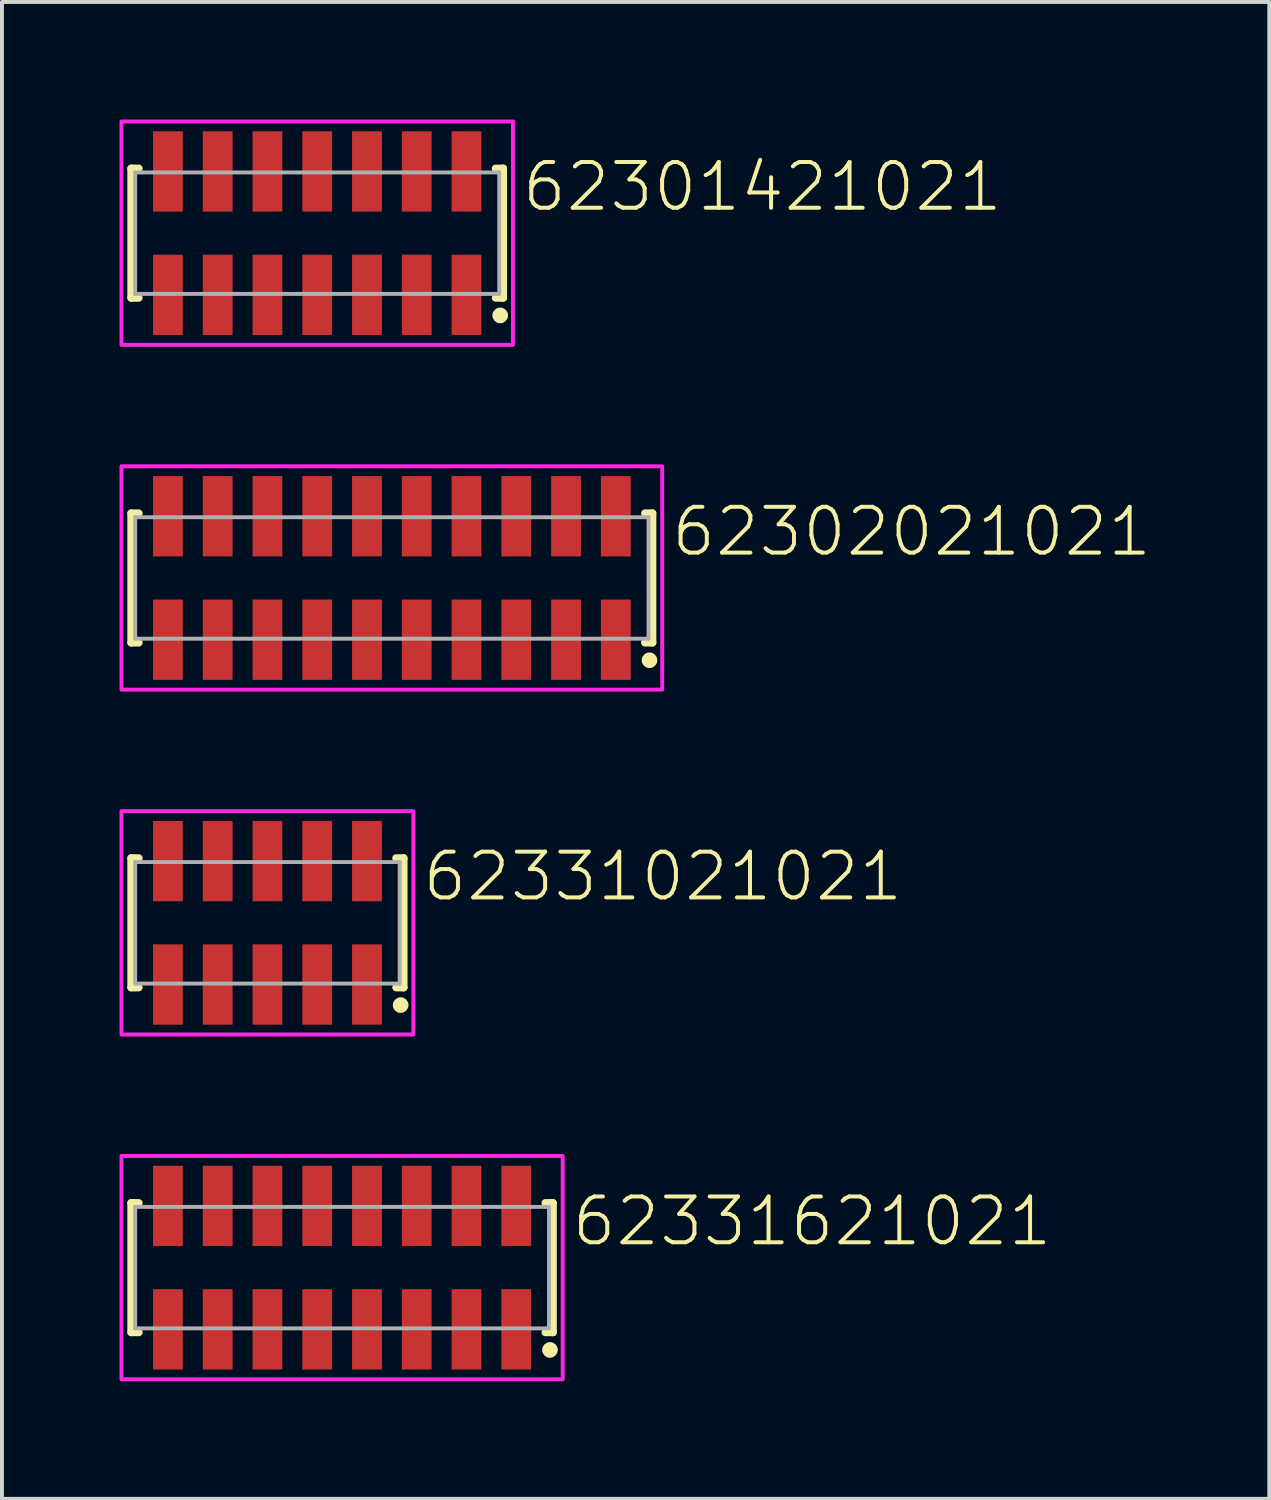
<source format=kicad_pcb>
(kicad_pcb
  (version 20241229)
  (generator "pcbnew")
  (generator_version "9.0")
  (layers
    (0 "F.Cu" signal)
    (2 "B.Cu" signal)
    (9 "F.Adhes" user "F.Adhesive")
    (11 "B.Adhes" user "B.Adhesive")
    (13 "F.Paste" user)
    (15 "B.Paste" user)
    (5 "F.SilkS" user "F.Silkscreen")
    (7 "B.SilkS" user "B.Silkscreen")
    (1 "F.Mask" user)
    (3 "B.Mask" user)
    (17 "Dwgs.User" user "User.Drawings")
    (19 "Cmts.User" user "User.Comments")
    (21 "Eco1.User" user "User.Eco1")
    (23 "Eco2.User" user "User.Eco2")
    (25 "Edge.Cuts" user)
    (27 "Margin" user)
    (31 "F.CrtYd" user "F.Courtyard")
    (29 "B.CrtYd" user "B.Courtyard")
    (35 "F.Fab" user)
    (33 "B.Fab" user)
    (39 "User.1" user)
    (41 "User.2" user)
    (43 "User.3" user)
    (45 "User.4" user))
  (footprint "62331021021"
    (layer "F.Cu")
    (at 3.775 20.5)
    (property "Reference" "62331021021" (at 3.905 -0.5 0) (unlocked yes) (layer "F.SilkS") (effects (font (size 1.168 1.168) (thickness 0.102)) (justify left bottom)))
    (fp_line (start -3.475 -1.65) (end -3.475 1.65) (stroke (width 0.2) (type solid)) (layer "F.SilkS"))
    (fp_line (start -3.475 1.65) (end -3.285 1.65) (stroke (width 0.2) (type solid)) (layer "F.SilkS"))
    (fp_line (start -3.285 -1.65) (end -3.475 -1.65) (stroke (width 0.2) (type solid)) (layer "F.SilkS"))
    (fp_line (start 3.285 -1.65) (end 3.475 -1.65) (stroke (width 0.2) (type solid)) (layer "F.SilkS"))
    (fp_line (start 3.475 -1.65) (end 3.475 1.65) (stroke (width 0.2) (type solid)) (layer "F.SilkS"))
    (fp_line (start 3.475 1.65) (end 3.285 1.65) (stroke (width 0.2) (type solid)) (layer "F.SilkS"))
    (fp_circle (center 3.4 2.1) (end 3.5 2.1) (stroke (width 0.2) (type solid)) (fill no) (layer "F.SilkS"))
    (fp_poly (pts (xy 3.725 2.85) (xy -3.725 2.85) (xy -3.725 -2.85) (xy 3.725 -2.85)) (stroke (width 0.1) (type default)) (fill no) (layer "F.CrtYd"))
    (fp_line (start -3.375 -1.55) (end -3.375 1.55) (stroke (width 0.1) (type solid)) (layer "F.Fab"))
    (fp_line (start -3.375 1.55) (end 3.375 1.55) (stroke (width 0.1) (type solid)) (layer "F.Fab"))
    (fp_line (start 3.375 -1.55) (end -3.375 -1.55) (stroke (width 0.1) (type solid)) (layer "F.Fab"))
    (fp_line (start 3.375 1.55) (end 3.375 -1.55) (stroke (width 0.1) (type solid)) (layer "F.Fab"))
    (pad "1" smd rect (at 2.54 1.575 180) (size 0.76 2.05) (layers "F.Cu" "F.Mask" "F.Paste"))
    (pad "2" smd rect (at 2.54 -1.575 180) (size 0.76 2.05) (layers "F.Cu" "F.Mask" "F.Paste"))
    (pad "3" smd rect (at 1.27 1.575 180) (size 0.76 2.05) (layers "F.Cu" "F.Mask" "F.Paste"))
    (pad "4" smd rect (at 1.27 -1.575 180) (size 0.76 2.05) (layers "F.Cu" "F.Mask" "F.Paste"))
    (pad "5" smd rect (at 0 1.575 180) (size 0.76 2.05) (layers "F.Cu" "F.Mask" "F.Paste"))
    (pad "6" smd rect (at 0 -1.575 180) (size 0.76 2.05) (layers "F.Cu" "F.Mask" "F.Paste"))
    (pad "7" smd rect (at -1.27 1.575 180) (size 0.76 2.05) (layers "F.Cu" "F.Mask" "F.Paste"))
    (pad "8" smd rect (at -1.27 -1.575 180) (size 0.76 2.05) (layers "F.Cu" "F.Mask" "F.Paste"))
    (pad "9" smd rect (at -2.54 1.575 180) (size 0.76 2.05) (layers "F.Cu" "F.Mask" "F.Paste"))
    (pad "10" smd rect (at -2.54 -1.575 180) (size 0.76 2.05) (layers "F.Cu" "F.Mask" "F.Paste")))
  (footprint "62302021021"
    (layer "F.Cu")
    (at 6.95 11.7)
    (property "Reference" "62302021021" (at 7.08 -0.5 0) (unlocked yes) (layer "F.SilkS") (effects (font (size 1.168 1.168) (thickness 0.102)) (justify left bottom)))
    (fp_line (start -6.65 -1.65) (end -6.65 1.65) (stroke (width 0.2) (type solid)) (layer "F.SilkS"))
    (fp_line (start -6.65 1.65) (end -6.46 1.65) (stroke (width 0.2) (type solid)) (layer "F.SilkS"))
    (fp_line (start -6.46 -1.65) (end -6.65 -1.65) (stroke (width 0.2) (type solid)) (layer "F.SilkS"))
    (fp_line (start 6.46 -1.65) (end 6.65 -1.65) (stroke (width 0.2) (type solid)) (layer "F.SilkS"))
    (fp_line (start 6.65 -1.65) (end 6.65 1.65) (stroke (width 0.2) (type solid)) (layer "F.SilkS"))
    (fp_line (start 6.65 1.65) (end 6.46 1.65) (stroke (width 0.2) (type solid)) (layer "F.SilkS"))
    (fp_circle (center 6.575 2.1) (end 6.675 2.1) (stroke (width 0.2) (type solid)) (fill no) (layer "F.SilkS"))
    (fp_poly (pts (xy 6.9 2.85) (xy -6.9 2.85) (xy -6.9 -2.85) (xy 6.9 -2.85)) (stroke (width 0.1) (type default)) (fill no) (layer "F.CrtYd"))
    (fp_line (start -6.55 -1.55) (end -6.55 1.55) (stroke (width 0.1) (type solid)) (layer "F.Fab"))
    (fp_line (start -6.55 1.55) (end 6.55 1.55) (stroke (width 0.1) (type solid)) (layer "F.Fab"))
    (fp_line (start 6.55 -1.55) (end -6.55 -1.55) (stroke (width 0.1) (type solid)) (layer "F.Fab"))
    (fp_line (start 6.55 1.55) (end 6.55 -1.55) (stroke (width 0.1) (type solid)) (layer "F.Fab"))
    (pad "1" smd rect (at 5.715 1.575 180) (size 0.76 2.05) (layers "F.Cu" "F.Mask" "F.Paste"))
    (pad "2" smd rect (at 5.715 -1.575 180) (size 0.76 2.05) (layers "F.Cu" "F.Mask" "F.Paste"))
    (pad "3" smd rect (at 4.445 1.575 180) (size 0.76 2.05) (layers "F.Cu" "F.Mask" "F.Paste"))
    (pad "4" smd rect (at 4.445 -1.575 180) (size 0.76 2.05) (layers "F.Cu" "F.Mask" "F.Paste"))
    (pad "5" smd rect (at 3.175 1.575 180) (size 0.76 2.05) (layers "F.Cu" "F.Mask" "F.Paste"))
    (pad "6" smd rect (at 3.175 -1.575 180) (size 0.76 2.05) (layers "F.Cu" "F.Mask" "F.Paste"))
    (pad "7" smd rect (at 1.905 1.575 180) (size 0.76 2.05) (layers "F.Cu" "F.Mask" "F.Paste"))
    (pad "8" smd rect (at 1.905 -1.575 180) (size 0.76 2.05) (layers "F.Cu" "F.Mask" "F.Paste"))
    (pad "9" smd rect (at 0.635 1.575 180) (size 0.76 2.05) (layers "F.Cu" "F.Mask" "F.Paste"))
    (pad "10" smd rect (at 0.635 -1.575 180) (size 0.76 2.05) (layers "F.Cu" "F.Mask" "F.Paste"))
    (pad "11" smd rect (at -0.635 1.575 180) (size 0.76 2.05) (layers "F.Cu" "F.Mask" "F.Paste"))
    (pad "12" smd rect (at -0.635 -1.575 180) (size 0.76 2.05) (layers "F.Cu" "F.Mask" "F.Paste"))
    (pad "13" smd rect (at -1.905 1.575 180) (size 0.76 2.05) (layers "F.Cu" "F.Mask" "F.Paste"))
    (pad "14" smd rect (at -1.905 -1.575 180) (size 0.76 2.05) (layers "F.Cu" "F.Mask" "F.Paste"))
    (pad "15" smd rect (at -3.175 1.575 180) (size 0.76 2.05) (layers "F.Cu" "F.Mask" "F.Paste"))
    (pad "16" smd rect (at -3.175 -1.575 180) (size 0.76 2.05) (layers "F.Cu" "F.Mask" "F.Paste"))
    (pad "17" smd rect (at -4.445 1.575 180) (size 0.76 2.05) (layers "F.Cu" "F.Mask" "F.Paste"))
    (pad "18" smd rect (at -4.445 -1.575 180) (size 0.76 2.05) (layers "F.Cu" "F.Mask" "F.Paste"))
    (pad "19" smd rect (at -5.715 1.575 180) (size 0.76 2.05) (layers "F.Cu" "F.Mask" "F.Paste"))
    (pad "20" smd rect (at -5.715 -1.575 180) (size 0.76 2.05) (layers "F.Cu" "F.Mask" "F.Paste")))
  (footprint "62301421021"
    (layer "F.Cu")
    (at 5.045 2.9)
    (property "Reference" "62301421021" (at 5.175 -0.5 0) (unlocked yes) (layer "F.SilkS") (effects (font (size 1.168 1.168) (thickness 0.102)) (justify left bottom)))
    (fp_line (start -4.745 -1.65) (end -4.745 1.65) (stroke (width 0.2) (type solid)) (layer "F.SilkS"))
    (fp_line (start -4.745 1.65) (end -4.555 1.65) (stroke (width 0.2) (type solid)) (layer "F.SilkS"))
    (fp_line (start -4.555 -1.65) (end -4.745 -1.65) (stroke (width 0.2) (type solid)) (layer "F.SilkS"))
    (fp_line (start 4.555 -1.65) (end 4.745 -1.65) (stroke (width 0.2) (type solid)) (layer "F.SilkS"))
    (fp_line (start 4.745 -1.65) (end 4.745 1.65) (stroke (width 0.2) (type solid)) (layer "F.SilkS"))
    (fp_line (start 4.745 1.65) (end 4.555 1.65) (stroke (width 0.2) (type solid)) (layer "F.SilkS"))
    (fp_circle (center 4.67 2.1) (end 4.77 2.1) (stroke (width 0.2) (type solid)) (fill no) (layer "F.SilkS"))
    (fp_poly (pts (xy 4.995 2.85) (xy -4.995 2.85) (xy -4.995 -2.85) (xy 4.995 -2.85)) (stroke (width 0.1) (type default)) (fill no) (layer "F.CrtYd"))
    (fp_line (start -4.645 -1.55) (end -4.645 1.55) (stroke (width 0.1) (type solid)) (layer "F.Fab"))
    (fp_line (start -4.645 1.55) (end 4.645 1.55) (stroke (width 0.1) (type solid)) (layer "F.Fab"))
    (fp_line (start 4.645 -1.55) (end -4.645 -1.55) (stroke (width 0.1) (type solid)) (layer "F.Fab"))
    (fp_line (start 4.645 1.55) (end 4.645 -1.55) (stroke (width 0.1) (type solid)) (layer "F.Fab"))
    (pad "1" smd rect (at 3.81 1.575 180) (size 0.76 2.05) (layers "F.Cu" "F.Mask" "F.Paste"))
    (pad "2" smd rect (at 3.81 -1.575 180) (size 0.76 2.05) (layers "F.Cu" "F.Mask" "F.Paste"))
    (pad "3" smd rect (at 2.54 1.575 180) (size 0.76 2.05) (layers "F.Cu" "F.Mask" "F.Paste"))
    (pad "4" smd rect (at 2.54 -1.575 180) (size 0.76 2.05) (layers "F.Cu" "F.Mask" "F.Paste"))
    (pad "5" smd rect (at 1.27 1.575 180) (size 0.76 2.05) (layers "F.Cu" "F.Mask" "F.Paste"))
    (pad "6" smd rect (at 1.27 -1.575 180) (size 0.76 2.05) (layers "F.Cu" "F.Mask" "F.Paste"))
    (pad "7" smd rect (at 0 1.575 180) (size 0.76 2.05) (layers "F.Cu" "F.Mask" "F.Paste"))
    (pad "8" smd rect (at 0 -1.575 180) (size 0.76 2.05) (layers "F.Cu" "F.Mask" "F.Paste"))
    (pad "9" smd rect (at -1.27 1.575 180) (size 0.76 2.05) (layers "F.Cu" "F.Mask" "F.Paste"))
    (pad "10" smd rect (at -1.27 -1.575 180) (size 0.76 2.05) (layers "F.Cu" "F.Mask" "F.Paste"))
    (pad "11" smd rect (at -2.54 1.575 180) (size 0.76 2.05) (layers "F.Cu" "F.Mask" "F.Paste"))
    (pad "12" smd rect (at -2.54 -1.575 180) (size 0.76 2.05) (layers "F.Cu" "F.Mask" "F.Paste"))
    (pad "13" smd rect (at -3.81 1.575 180) (size 0.76 2.05) (layers "F.Cu" "F.Mask" "F.Paste"))
    (pad "14" smd rect (at -3.81 -1.575 180) (size 0.76 2.05) (layers "F.Cu" "F.Mask" "F.Paste")))
  (footprint "62331621021"
    (layer "F.Cu")
    (at 5.68 29.3)
    (property "Reference" "62331621021" (at 5.81 -0.5 0) (unlocked yes) (layer "F.SilkS") (effects (font (size 1.168 1.168) (thickness 0.102)) (justify left bottom)))
    (fp_line (start -5.38 -1.65) (end -5.38 1.65) (stroke (width 0.2) (type solid)) (layer "F.SilkS"))
    (fp_line (start -5.38 1.65) (end -5.19 1.65) (stroke (width 0.2) (type solid)) (layer "F.SilkS"))
    (fp_line (start -5.19 -1.65) (end -5.38 -1.65) (stroke (width 0.2) (type solid)) (layer "F.SilkS"))
    (fp_line (start 5.19 -1.65) (end 5.38 -1.65) (stroke (width 0.2) (type solid)) (layer "F.SilkS"))
    (fp_line (start 5.38 -1.65) (end 5.38 1.65) (stroke (width 0.2) (type solid)) (layer "F.SilkS"))
    (fp_line (start 5.38 1.65) (end 5.19 1.65) (stroke (width 0.2) (type solid)) (layer "F.SilkS"))
    (fp_circle (center 5.305 2.1) (end 5.405 2.1) (stroke (width 0.2) (type solid)) (fill no) (layer "F.SilkS"))
    (fp_poly (pts (xy 5.63 2.85) (xy -5.63 2.85) (xy -5.63 -2.85) (xy 5.63 -2.85)) (stroke (width 0.1) (type default)) (fill no) (layer "F.CrtYd"))
    (fp_line (start -5.28 -1.55) (end -5.28 1.55) (stroke (width 0.1) (type solid)) (layer "F.Fab"))
    (fp_line (start -5.28 1.55) (end 5.28 1.55) (stroke (width 0.1) (type solid)) (layer "F.Fab"))
    (fp_line (start 5.28 -1.55) (end -5.28 -1.55) (stroke (width 0.1) (type solid)) (layer "F.Fab"))
    (fp_line (start 5.28 1.55) (end 5.28 -1.55) (stroke (width 0.1) (type solid)) (layer "F.Fab"))
    (pad "1" smd rect (at 4.445 1.575 180) (size 0.76 2.05) (layers "F.Cu" "F.Mask" "F.Paste"))
    (pad "2" smd rect (at 4.445 -1.575 180) (size 0.76 2.05) (layers "F.Cu" "F.Mask" "F.Paste"))
    (pad "3" smd rect (at 3.175 1.575 180) (size 0.76 2.05) (layers "F.Cu" "F.Mask" "F.Paste"))
    (pad "4" smd rect (at 3.175 -1.575 180) (size 0.76 2.05) (layers "F.Cu" "F.Mask" "F.Paste"))
    (pad "5" smd rect (at 1.905 1.575 180) (size 0.76 2.05) (layers "F.Cu" "F.Mask" "F.Paste"))
    (pad "6" smd rect (at 1.905 -1.575 180) (size 0.76 2.05) (layers "F.Cu" "F.Mask" "F.Paste"))
    (pad "7" smd rect (at 0.635 1.575 180) (size 0.76 2.05) (layers "F.Cu" "F.Mask" "F.Paste"))
    (pad "8" smd rect (at 0.635 -1.575 180) (size 0.76 2.05) (layers "F.Cu" "F.Mask" "F.Paste"))
    (pad "9" smd rect (at -0.635 1.575 180) (size 0.76 2.05) (layers "F.Cu" "F.Mask" "F.Paste"))
    (pad "10" smd rect (at -0.635 -1.575 180) (size 0.76 2.05) (layers "F.Cu" "F.Mask" "F.Paste"))
    (pad "11" smd rect (at -1.905 1.575 180) (size 0.76 2.05) (layers "F.Cu" "F.Mask" "F.Paste"))
    (pad "12" smd rect (at -1.905 -1.575 180) (size 0.76 2.05) (layers "F.Cu" "F.Mask" "F.Paste"))
    (pad "13" smd rect (at -3.175 1.575 180) (size 0.76 2.05) (layers "F.Cu" "F.Mask" "F.Paste"))
    (pad "14" smd rect (at -3.175 -1.575 180) (size 0.76 2.05) (layers "F.Cu" "F.Mask" "F.Paste"))
    (pad "15" smd rect (at -4.445 1.575 180) (size 0.76 2.05) (layers "F.Cu" "F.Mask" "F.Paste"))
    (pad "16" smd rect (at -4.445 -1.575 180) (size 0.76 2.05) (layers "F.Cu" "F.Mask" "F.Paste")))
  (gr_rect
    (start -3 -3)
    (end 29.342 35.2)
    (stroke (width 0.1) (type default))
    (fill no)
    (layer "Edge.Cuts")))
</source>
